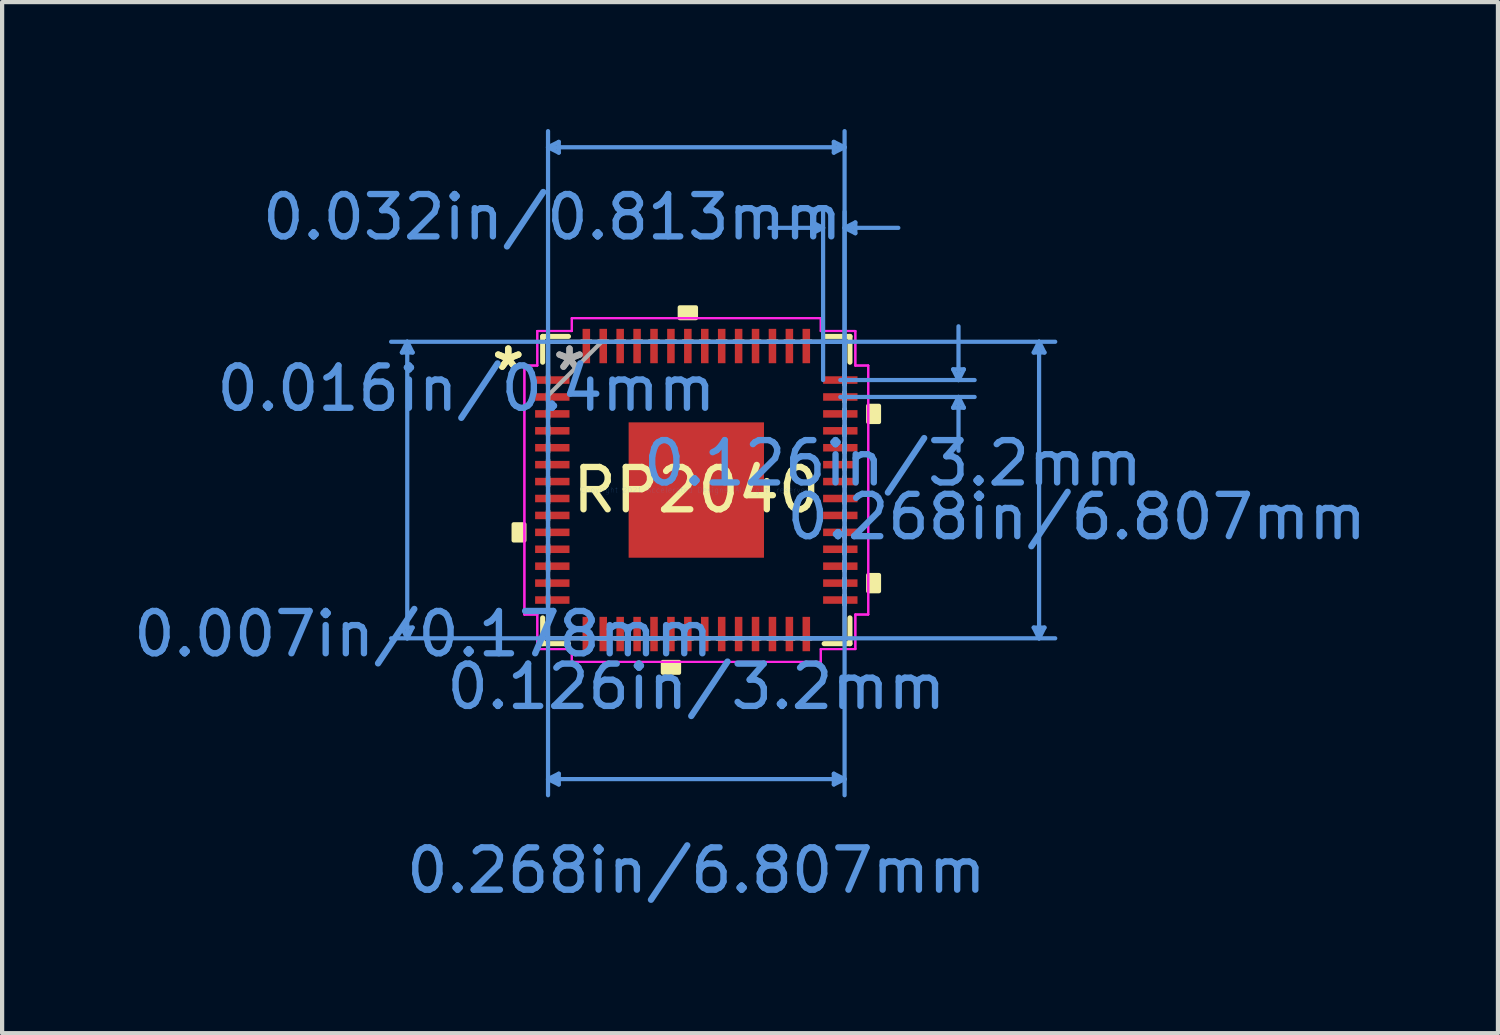
<source format=kicad_pcb>
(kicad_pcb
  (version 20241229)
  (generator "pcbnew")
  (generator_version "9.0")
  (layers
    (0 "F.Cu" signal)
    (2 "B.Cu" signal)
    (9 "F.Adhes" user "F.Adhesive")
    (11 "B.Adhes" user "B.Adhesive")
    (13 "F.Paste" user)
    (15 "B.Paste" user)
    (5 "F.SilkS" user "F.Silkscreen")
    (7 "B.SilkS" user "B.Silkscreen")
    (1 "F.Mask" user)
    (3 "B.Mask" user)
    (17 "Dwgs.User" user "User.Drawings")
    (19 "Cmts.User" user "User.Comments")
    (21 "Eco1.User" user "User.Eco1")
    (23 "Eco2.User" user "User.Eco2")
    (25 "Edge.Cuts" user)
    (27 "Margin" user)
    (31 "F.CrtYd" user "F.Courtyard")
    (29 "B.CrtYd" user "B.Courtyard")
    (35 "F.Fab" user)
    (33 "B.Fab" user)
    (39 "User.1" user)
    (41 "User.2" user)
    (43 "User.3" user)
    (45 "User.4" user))
  (footprint "RP2040"
    (layer "F.Cu")
    (at 13.41 8.534)
    (property "Reference" "RP2040" (at 0 0 0) (layer "F.SilkS") (effects (font (size 1 1) (thickness 0.15))))
    (attr through_hole)
    (fp_line (start -3.632 -3.632) (end -3.632 -3.022) (stroke (width 0.12) (type solid)) (layer "F.SilkS"))
    (fp_line (start -3.632 3.022) (end -3.632 3.632) (stroke (width 0.12) (type solid)) (layer "F.SilkS"))
    (fp_line (start -3.632 3.632) (end -3.022 3.632) (stroke (width 0.12) (type solid)) (layer "F.SilkS"))
    (fp_line (start -3.022 -3.632) (end -3.632 -3.632) (stroke (width 0.12) (type solid)) (layer "F.SilkS"))
    (fp_line (start 3.022 3.632) (end 3.632 3.632) (stroke (width 0.12) (type solid)) (layer "F.SilkS"))
    (fp_line (start 3.632 -3.632) (end 3.022 -3.632) (stroke (width 0.12) (type solid)) (layer "F.SilkS"))
    (fp_line (start 3.632 -3.022) (end 3.632 -3.632) (stroke (width 0.12) (type solid)) (layer "F.SilkS"))
    (fp_line (start 3.632 3.632) (end 3.632 3.022) (stroke (width 0.12) (type solid)) (layer "F.SilkS"))
    (fp_poly (pts (xy -4.318 0.81) (xy -4.318 1.191) (xy -4.064 1.191) (xy -4.064 0.81)) (stroke (width 0.1) (type solid)) (fill yes) (layer "F.SilkS"))
    (fp_poly (pts (xy -0.79 4.064) (xy -0.79 4.318) (xy -0.409 4.318) (xy -0.409 4.064)) (stroke (width 0.1) (type solid)) (fill yes) (layer "F.SilkS"))
    (fp_poly (pts (xy -0.391 -4.064) (xy -0.391 -4.318) (xy -0.009 -4.318) (xy -0.009 -4.064)) (stroke (width 0.1) (type solid)) (fill yes) (layer "F.SilkS"))
    (fp_poly (pts (xy 4.318 -1.99) (xy 4.318 -1.609) (xy 4.064 -1.609) (xy 4.064 -1.99)) (stroke (width 0.1) (type solid)) (fill yes) (layer "F.SilkS"))
    (fp_poly (pts (xy 4.318 2.01) (xy 4.318 2.391) (xy 4.064 2.391) (xy 4.064 2.01)) (stroke (width 0.1) (type solid)) (fill yes) (layer "F.SilkS"))
    (fp_poly (pts (xy -1.5 -1.5) (xy -1.5 -0.1) (xy -0.1 -0.1) (xy -0.1 -1.5)) (stroke (width 0.1) (type solid)) (fill yes) (layer "F.Paste"))
    (fp_poly (pts (xy -1.5 0.1) (xy -1.5 1.5) (xy -0.1 1.5) (xy -0.1 0.1)) (stroke (width 0.1) (type solid)) (fill yes) (layer "F.Paste"))
    (fp_poly (pts (xy 0.1 -1.5) (xy 0.1 -0.1) (xy 1.5 -0.1) (xy 1.5 -1.5)) (stroke (width 0.1) (type solid)) (fill yes) (layer "F.Paste"))
    (fp_poly (pts (xy 0.1 0.1) (xy 0.1 1.5) (xy 1.5 1.5) (xy 1.5 0.1)) (stroke (width 0.1) (type solid)) (fill yes) (layer "F.Paste"))
    (fp_line (start -6.96 -3.251) (end -6.706 -3.251) (stroke (width 0.1) (type solid)) (layer "Cmts.User"))
    (fp_line (start -6.96 3.251) (end -6.706 3.251) (stroke (width 0.1) (type solid)) (layer "Cmts.User"))
    (fp_line (start -6.833 -3.505) (end -6.96 -3.251) (stroke (width 0.1) (type solid)) (layer "Cmts.User"))
    (fp_line (start -6.833 -3.505) (end -6.833 3.505) (stroke (width 0.1) (type solid)) (layer "Cmts.User"))
    (fp_line (start -6.833 -3.505) (end -6.706 -3.251) (stroke (width 0.1) (type solid)) (layer "Cmts.User"))
    (fp_line (start -6.833 3.505) (end -6.96 3.251) (stroke (width 0.1) (type solid)) (layer "Cmts.User"))
    (fp_line (start -6.833 3.505) (end -6.706 3.251) (stroke (width 0.1) (type solid)) (layer "Cmts.User"))
    (fp_line (start -3.505 -8.103) (end -3.251 -8.23) (stroke (width 0.1) (type solid)) (layer "Cmts.User"))
    (fp_line (start -3.505 -8.103) (end -3.251 -7.976) (stroke (width 0.1) (type solid)) (layer "Cmts.User"))
    (fp_line (start -3.505 -8.103) (end 3.505 -8.103) (stroke (width 0.1) (type solid)) (layer "Cmts.User"))
    (fp_line (start -3.505 -3.505) (end -3.505 7.214) (stroke (width 0.1) (type solid)) (layer "Cmts.User"))
    (fp_line (start -3.505 -2.6) (end -3.505 -8.484) (stroke (width 0.1) (type solid)) (layer "Cmts.User"))
    (fp_line (start -3.505 6.833) (end -3.251 6.706) (stroke (width 0.1) (type solid)) (layer "Cmts.User"))
    (fp_line (start -3.505 6.833) (end -3.251 6.96) (stroke (width 0.1) (type solid)) (layer "Cmts.User"))
    (fp_line (start -3.505 6.833) (end 3.505 6.833) (stroke (width 0.1) (type solid)) (layer "Cmts.User"))
    (fp_line (start -3.251 -8.23) (end -3.251 -7.976) (stroke (width 0.1) (type solid)) (layer "Cmts.User"))
    (fp_line (start -3.251 6.706) (end -3.251 6.96) (stroke (width 0.1) (type solid)) (layer "Cmts.User"))
    (fp_line (start 2.6 -3.505) (end 8.484 -3.505) (stroke (width 0.1) (type solid)) (layer "Cmts.User"))
    (fp_line (start 2.6 3.505) (end 8.484 3.505) (stroke (width 0.1) (type solid)) (layer "Cmts.User"))
    (fp_line (start 2.743 -6.325) (end 2.743 -6.071) (stroke (width 0.1) (type solid)) (layer "Cmts.User"))
    (fp_line (start 2.997 -6.198) (end 1.727 -6.198) (stroke (width 0.1) (type solid)) (layer "Cmts.User"))
    (fp_line (start 2.997 -6.198) (end 2.743 -6.325) (stroke (width 0.1) (type solid)) (layer "Cmts.User"))
    (fp_line (start 2.997 -6.198) (end 2.743 -6.071) (stroke (width 0.1) (type solid)) (layer "Cmts.User"))
    (fp_line (start 2.997 -2.6) (end 2.997 -6.579) (stroke (width 0.1) (type solid)) (layer "Cmts.User"))
    (fp_line (start 3.251 -8.23) (end 3.251 -7.976) (stroke (width 0.1) (type solid)) (layer "Cmts.User"))
    (fp_line (start 3.251 6.706) (end 3.251 6.96) (stroke (width 0.1) (type solid)) (layer "Cmts.User"))
    (fp_line (start 3.404 -2.6) (end 6.579 -2.6) (stroke (width 0.1) (type solid)) (layer "Cmts.User"))
    (fp_line (start 3.404 -2.2) (end 6.579 -2.2) (stroke (width 0.1) (type solid)) (layer "Cmts.User"))
    (fp_line (start 3.505 -8.103) (end 3.251 -8.23) (stroke (width 0.1) (type solid)) (layer "Cmts.User"))
    (fp_line (start 3.505 -8.103) (end 3.251 -7.976) (stroke (width 0.1) (type solid)) (layer "Cmts.User"))
    (fp_line (start 3.505 -6.198) (end 3.759 -6.325) (stroke (width 0.1) (type solid)) (layer "Cmts.User"))
    (fp_line (start 3.505 -6.198) (end 3.759 -6.071) (stroke (width 0.1) (type solid)) (layer "Cmts.User"))
    (fp_line (start 3.505 -6.198) (end 4.775 -6.198) (stroke (width 0.1) (type solid)) (layer "Cmts.User"))
    (fp_line (start 3.505 -3.505) (end -7.214 -3.505) (stroke (width 0.1) (type solid)) (layer "Cmts.User"))
    (fp_line (start 3.505 -3.505) (end 3.505 7.214) (stroke (width 0.1) (type solid)) (layer "Cmts.User"))
    (fp_line (start 3.505 -2.6) (end 3.505 -8.484) (stroke (width 0.1) (type solid)) (layer "Cmts.User"))
    (fp_line (start 3.505 -2.6) (end 3.505 -6.579) (stroke (width 0.1) (type solid)) (layer "Cmts.User"))
    (fp_line (start 3.505 3.505) (end -7.214 3.505) (stroke (width 0.1) (type solid)) (layer "Cmts.User"))
    (fp_line (start 3.505 6.833) (end 3.251 6.706) (stroke (width 0.1) (type solid)) (layer "Cmts.User"))
    (fp_line (start 3.505 6.833) (end 3.251 6.96) (stroke (width 0.1) (type solid)) (layer "Cmts.User"))
    (fp_line (start 3.759 -6.325) (end 3.759 -6.071) (stroke (width 0.1) (type solid)) (layer "Cmts.User"))
    (fp_line (start 6.071 -2.854) (end 6.325 -2.854) (stroke (width 0.1) (type solid)) (layer "Cmts.User"))
    (fp_line (start 6.071 -1.946) (end 6.325 -1.946) (stroke (width 0.1) (type solid)) (layer "Cmts.User"))
    (fp_line (start 6.198 -2.6) (end 6.071 -2.854) (stroke (width 0.1) (type solid)) (layer "Cmts.User"))
    (fp_line (start 6.198 -2.6) (end 6.198 -3.87) (stroke (width 0.1) (type solid)) (layer "Cmts.User"))
    (fp_line (start 6.198 -2.6) (end 6.325 -2.854) (stroke (width 0.1) (type solid)) (layer "Cmts.User"))
    (fp_line (start 6.198 -2.2) (end 6.071 -1.946) (stroke (width 0.1) (type solid)) (layer "Cmts.User"))
    (fp_line (start 6.198 -2.2) (end 6.198 -0.93) (stroke (width 0.1) (type solid)) (layer "Cmts.User"))
    (fp_line (start 6.198 -2.2) (end 6.325 -1.946) (stroke (width 0.1) (type solid)) (layer "Cmts.User"))
    (fp_line (start 7.976 -3.251) (end 8.23 -3.251) (stroke (width 0.1) (type solid)) (layer "Cmts.User"))
    (fp_line (start 7.976 3.251) (end 8.23 3.251) (stroke (width 0.1) (type solid)) (layer "Cmts.User"))
    (fp_line (start 8.103 -3.505) (end 7.976 -3.251) (stroke (width 0.1) (type solid)) (layer "Cmts.User"))
    (fp_line (start 8.103 -3.505) (end 8.103 3.505) (stroke (width 0.1) (type solid)) (layer "Cmts.User"))
    (fp_line (start 8.103 -3.505) (end 8.23 -3.251) (stroke (width 0.1) (type solid)) (layer "Cmts.User"))
    (fp_line (start 8.103 3.505) (end 7.976 3.251) (stroke (width 0.1) (type solid)) (layer "Cmts.User"))
    (fp_line (start 8.103 3.505) (end 8.23 3.251) (stroke (width 0.1) (type solid)) (layer "Cmts.User"))
    (fp_line (start -4.064 -2.943) (end -3.759 -2.943) (stroke (width 0.05) (type solid)) (layer "F.CrtYd"))
    (fp_line (start -4.064 -2.943) (end -3.759 -2.943) (stroke (width 0.05) (type solid)) (layer "F.CrtYd"))
    (fp_line (start -4.064 2.943) (end -4.064 -2.943) (stroke (width 0.05) (type solid)) (layer "F.CrtYd"))
    (fp_line (start -4.064 2.943) (end -4.064 -2.943) (stroke (width 0.05) (type solid)) (layer "F.CrtYd"))
    (fp_line (start -3.759 -3.759) (end -2.943 -3.759) (stroke (width 0.05) (type solid)) (layer "F.CrtYd"))
    (fp_line (start -3.759 -3.759) (end -2.943 -3.759) (stroke (width 0.05) (type solid)) (layer "F.CrtYd"))
    (fp_line (start -3.759 -2.943) (end -3.759 -3.759) (stroke (width 0.05) (type solid)) (layer "F.CrtYd"))
    (fp_line (start -3.759 -2.943) (end -3.759 -3.759) (stroke (width 0.05) (type solid)) (layer "F.CrtYd"))
    (fp_line (start -3.759 2.943) (end -4.064 2.943) (stroke (width 0.05) (type solid)) (layer "F.CrtYd"))
    (fp_line (start -3.759 2.943) (end -4.064 2.943) (stroke (width 0.05) (type solid)) (layer "F.CrtYd"))
    (fp_line (start -3.759 3.759) (end -3.759 2.943) (stroke (width 0.05) (type solid)) (layer "F.CrtYd"))
    (fp_line (start -3.759 3.759) (end -3.759 2.943) (stroke (width 0.05) (type solid)) (layer "F.CrtYd"))
    (fp_line (start -2.943 -4.064) (end 2.943 -4.064) (stroke (width 0.05) (type solid)) (layer "F.CrtYd"))
    (fp_line (start -2.943 -4.064) (end 2.943 -4.064) (stroke (width 0.05) (type solid)) (layer "F.CrtYd"))
    (fp_line (start -2.943 -3.759) (end -2.943 -4.064) (stroke (width 0.05) (type solid)) (layer "F.CrtYd"))
    (fp_line (start -2.943 -3.759) (end -2.943 -4.064) (stroke (width 0.05) (type solid)) (layer "F.CrtYd"))
    (fp_line (start -2.943 3.759) (end -3.759 3.759) (stroke (width 0.05) (type solid)) (layer "F.CrtYd"))
    (fp_line (start -2.943 3.759) (end -3.759 3.759) (stroke (width 0.05) (type solid)) (layer "F.CrtYd"))
    (fp_line (start -2.943 4.064) (end -2.943 3.759) (stroke (width 0.05) (type solid)) (layer "F.CrtYd"))
    (fp_line (start -2.943 4.064) (end -2.943 3.759) (stroke (width 0.05) (type solid)) (layer "F.CrtYd"))
    (fp_line (start 2.943 -4.064) (end 2.943 -3.759) (stroke (width 0.05) (type solid)) (layer "F.CrtYd"))
    (fp_line (start 2.943 -4.064) (end 2.943 -3.759) (stroke (width 0.05) (type solid)) (layer "F.CrtYd"))
    (fp_line (start 2.943 -3.759) (end 3.759 -3.759) (stroke (width 0.05) (type solid)) (layer "F.CrtYd"))
    (fp_line (start 2.943 -3.759) (end 3.759 -3.759) (stroke (width 0.05) (type solid)) (layer "F.CrtYd"))
    (fp_line (start 2.943 3.759) (end 2.943 4.064) (stroke (width 0.05) (type solid)) (layer "F.CrtYd"))
    (fp_line (start 2.943 3.759) (end 2.943 4.064) (stroke (width 0.05) (type solid)) (layer "F.CrtYd"))
    (fp_line (start 2.943 4.064) (end -2.943 4.064) (stroke (width 0.05) (type solid)) (layer "F.CrtYd"))
    (fp_line (start 2.943 4.064) (end -2.943 4.064) (stroke (width 0.05) (type solid)) (layer "F.CrtYd"))
    (fp_line (start 3.759 -3.759) (end 3.759 -2.943) (stroke (width 0.05) (type solid)) (layer "F.CrtYd"))
    (fp_line (start 3.759 -3.759) (end 3.759 -2.943) (stroke (width 0.05) (type solid)) (layer "F.CrtYd"))
    (fp_line (start 3.759 -2.943) (end 4.064 -2.943) (stroke (width 0.05) (type solid)) (layer "F.CrtYd"))
    (fp_line (start 3.759 -2.943) (end 4.064 -2.943) (stroke (width 0.05) (type solid)) (layer "F.CrtYd"))
    (fp_line (start 3.759 2.943) (end 3.759 3.759) (stroke (width 0.05) (type solid)) (layer "F.CrtYd"))
    (fp_line (start 3.759 2.943) (end 3.759 3.759) (stroke (width 0.05) (type solid)) (layer "F.CrtYd"))
    (fp_line (start 3.759 3.759) (end 2.943 3.759) (stroke (width 0.05) (type solid)) (layer "F.CrtYd"))
    (fp_line (start 3.759 3.759) (end 2.943 3.759) (stroke (width 0.05) (type solid)) (layer "F.CrtYd"))
    (fp_line (start 4.064 -2.943) (end 4.064 2.943) (stroke (width 0.05) (type solid)) (layer "F.CrtYd"))
    (fp_line (start 4.064 -2.943) (end 4.064 2.943) (stroke (width 0.05) (type solid)) (layer "F.CrtYd"))
    (fp_line (start 4.064 2.943) (end 3.759 2.943) (stroke (width 0.05) (type solid)) (layer "F.CrtYd"))
    (fp_line (start 4.064 2.943) (end 3.759 2.943) (stroke (width 0.05) (type solid)) (layer "F.CrtYd"))
    (fp_line (start -3.505 -3.505) (end -3.505 -3.505) (stroke (width 0.1) (type solid)) (layer "F.Fab"))
    (fp_line (start -3.505 -3.505) (end -3.505 3.505) (stroke (width 0.1) (type solid)) (layer "F.Fab"))
    (fp_line (start -3.505 -2.714) (end -3.505 -2.714) (stroke (width 0.1) (type solid)) (layer "F.Fab"))
    (fp_line (start -3.505 -2.714) (end -3.505 -2.486) (stroke (width 0.1) (type solid)) (layer "F.Fab"))
    (fp_line (start -3.505 -2.486) (end -3.505 -2.714) (stroke (width 0.1) (type solid)) (layer "F.Fab"))
    (fp_line (start -3.505 -2.486) (end -3.505 -2.486) (stroke (width 0.1) (type solid)) (layer "F.Fab"))
    (fp_line (start -3.505 -2.314) (end -3.505 -2.314) (stroke (width 0.1) (type solid)) (layer "F.Fab"))
    (fp_line (start -3.505 -2.314) (end -3.505 -2.086) (stroke (width 0.1) (type solid)) (layer "F.Fab"))
    (fp_line (start -3.505 -2.235) (end -2.235 -3.505) (stroke (width 0.1) (type solid)) (layer "F.Fab"))
    (fp_line (start -3.505 -2.086) (end -3.505 -2.314) (stroke (width 0.1) (type solid)) (layer "F.Fab"))
    (fp_line (start -3.505 -2.086) (end -3.505 -2.086) (stroke (width 0.1) (type solid)) (layer "F.Fab"))
    (fp_line (start -3.505 -1.914) (end -3.505 -1.914) (stroke (width 0.1) (type solid)) (layer "F.Fab"))
    (fp_line (start -3.505 -1.914) (end -3.505 -1.686) (stroke (width 0.1) (type solid)) (layer "F.Fab"))
    (fp_line (start -3.505 -1.686) (end -3.505 -1.914) (stroke (width 0.1) (type solid)) (layer "F.Fab"))
    (fp_line (start -3.505 -1.686) (end -3.505 -1.686) (stroke (width 0.1) (type solid)) (layer "F.Fab"))
    (fp_line (start -3.505 -1.514) (end -3.505 -1.514) (stroke (width 0.1) (type solid)) (layer "F.Fab"))
    (fp_line (start -3.505 -1.514) (end -3.505 -1.286) (stroke (width 0.1) (type solid)) (layer "F.Fab"))
    (fp_line (start -3.505 -1.286) (end -3.505 -1.514) (stroke (width 0.1) (type solid)) (layer "F.Fab"))
    (fp_line (start -3.505 -1.286) (end -3.505 -1.286) (stroke (width 0.1) (type solid)) (layer "F.Fab"))
    (fp_line (start -3.505 -1.114) (end -3.505 -1.114) (stroke (width 0.1) (type solid)) (layer "F.Fab"))
    (fp_line (start -3.505 -1.114) (end -3.505 -0.886) (stroke (width 0.1) (type solid)) (layer "F.Fab"))
    (fp_line (start -3.505 -0.886) (end -3.505 -1.114) (stroke (width 0.1) (type solid)) (layer "F.Fab"))
    (fp_line (start -3.505 -0.886) (end -3.505 -0.886) (stroke (width 0.1) (type solid)) (layer "F.Fab"))
    (fp_line (start -3.505 -0.714) (end -3.505 -0.714) (stroke (width 0.1) (type solid)) (layer "F.Fab"))
    (fp_line (start -3.505 -0.714) (end -3.505 -0.486) (stroke (width 0.1) (type solid)) (layer "F.Fab"))
    (fp_line (start -3.505 -0.486) (end -3.505 -0.714) (stroke (width 0.1) (type solid)) (layer "F.Fab"))
    (fp_line (start -3.505 -0.486) (end -3.505 -0.486) (stroke (width 0.1) (type solid)) (layer "F.Fab"))
    (fp_line (start -3.505 -0.314) (end -3.505 -0.314) (stroke (width 0.1) (type solid)) (layer "F.Fab"))
    (fp_line (start -3.505 -0.314) (end -3.505 -0.086) (stroke (width 0.1) (type solid)) (layer "F.Fab"))
    (fp_line (start -3.505 -0.086) (end -3.505 -0.314) (stroke (width 0.1) (type solid)) (layer "F.Fab"))
    (fp_line (start -3.505 -0.086) (end -3.505 -0.086) (stroke (width 0.1) (type solid)) (layer "F.Fab"))
    (fp_line (start -3.505 0.086) (end -3.505 0.086) (stroke (width 0.1) (type solid)) (layer "F.Fab"))
    (fp_line (start -3.505 0.086) (end -3.505 0.314) (stroke (width 0.1) (type solid)) (layer "F.Fab"))
    (fp_line (start -3.505 0.314) (end -3.505 0.086) (stroke (width 0.1) (type solid)) (layer "F.Fab"))
    (fp_line (start -3.505 0.314) (end -3.505 0.314) (stroke (width 0.1) (type solid)) (layer "F.Fab"))
    (fp_line (start -3.505 0.486) (end -3.505 0.486) (stroke (width 0.1) (type solid)) (layer "F.Fab"))
    (fp_line (start -3.505 0.486) (end -3.505 0.714) (stroke (width 0.1) (type solid)) (layer "F.Fab"))
    (fp_line (start -3.505 0.714) (end -3.505 0.486) (stroke (width 0.1) (type solid)) (layer "F.Fab"))
    (fp_line (start -3.505 0.714) (end -3.505 0.714) (stroke (width 0.1) (type solid)) (layer "F.Fab"))
    (fp_line (start -3.505 0.886) (end -3.505 0.886) (stroke (width 0.1) (type solid)) (layer "F.Fab"))
    (fp_line (start -3.505 0.886) (end -3.505 1.114) (stroke (width 0.1) (type solid)) (layer "F.Fab"))
    (fp_line (start -3.505 1.114) (end -3.505 0.886) (stroke (width 0.1) (type solid)) (layer "F.Fab"))
    (fp_line (start -3.505 1.114) (end -3.505 1.114) (stroke (width 0.1) (type solid)) (layer "F.Fab"))
    (fp_line (start -3.505 1.286) (end -3.505 1.286) (stroke (width 0.1) (type solid)) (layer "F.Fab"))
    (fp_line (start -3.505 1.286) (end -3.505 1.514) (stroke (width 0.1) (type solid)) (layer "F.Fab"))
    (fp_line (start -3.505 1.514) (end -3.505 1.286) (stroke (width 0.1) (type solid)) (layer "F.Fab"))
    (fp_line (start -3.505 1.514) (end -3.505 1.514) (stroke (width 0.1) (type solid)) (layer "F.Fab"))
    (fp_line (start -3.505 1.686) (end -3.505 1.686) (stroke (width 0.1) (type solid)) (layer "F.Fab"))
    (fp_line (start -3.505 1.686) (end -3.505 1.914) (stroke (width 0.1) (type solid)) (layer "F.Fab"))
    (fp_line (start -3.505 1.914) (end -3.505 1.686) (stroke (width 0.1) (type solid)) (layer "F.Fab"))
    (fp_line (start -3.505 1.914) (end -3.505 1.914) (stroke (width 0.1) (type solid)) (layer "F.Fab"))
    (fp_line (start -3.505 2.086) (end -3.505 2.086) (stroke (width 0.1) (type solid)) (layer "F.Fab"))
    (fp_line (start -3.505 2.086) (end -3.505 2.314) (stroke (width 0.1) (type solid)) (layer "F.Fab"))
    (fp_line (start -3.505 2.314) (end -3.505 2.086) (stroke (width 0.1) (type solid)) (layer "F.Fab"))
    (fp_line (start -3.505 2.314) (end -3.505 2.314) (stroke (width 0.1) (type solid)) (layer "F.Fab"))
    (fp_line (start -3.505 2.486) (end -3.505 2.486) (stroke (width 0.1) (type solid)) (layer "F.Fab"))
    (fp_line (start -3.505 2.486) (end -3.505 2.714) (stroke (width 0.1) (type solid)) (layer "F.Fab"))
    (fp_line (start -3.505 2.714) (end -3.505 2.486) (stroke (width 0.1) (type solid)) (layer "F.Fab"))
    (fp_line (start -3.505 2.714) (end -3.505 2.714) (stroke (width 0.1) (type solid)) (layer "F.Fab"))
    (fp_line (start -3.505 3.505) (end -3.505 3.505) (stroke (width 0.1) (type solid)) (layer "F.Fab"))
    (fp_line (start -3.505 3.505) (end 3.505 3.505) (stroke (width 0.1) (type solid)) (layer "F.Fab"))
    (fp_line (start -2.714 -3.505) (end -2.714 -3.505) (stroke (width 0.1) (type solid)) (layer "F.Fab"))
    (fp_line (start -2.714 -3.505) (end -2.486 -3.505) (stroke (width 0.1) (type solid)) (layer "F.Fab"))
    (fp_line (start -2.714 3.505) (end -2.714 3.505) (stroke (width 0.1) (type solid)) (layer "F.Fab"))
    (fp_line (start -2.714 3.505) (end -2.486 3.505) (stroke (width 0.1) (type solid)) (layer "F.Fab"))
    (fp_line (start -2.486 -3.505) (end -2.714 -3.505) (stroke (width 0.1) (type solid)) (layer "F.Fab"))
    (fp_line (start -2.486 -3.505) (end -2.486 -3.505) (stroke (width 0.1) (type solid)) (layer "F.Fab"))
    (fp_line (start -2.486 3.505) (end -2.714 3.505) (stroke (width 0.1) (type solid)) (layer "F.Fab"))
    (fp_line (start -2.486 3.505) (end -2.486 3.505) (stroke (width 0.1) (type solid)) (layer "F.Fab"))
    (fp_line (start -2.314 -3.505) (end -2.314 -3.505) (stroke (width 0.1) (type solid)) (layer "F.Fab"))
    (fp_line (start -2.314 -3.505) (end -2.086 -3.505) (stroke (width 0.1) (type solid)) (layer "F.Fab"))
    (fp_line (start -2.314 3.505) (end -2.314 3.505) (stroke (width 0.1) (type solid)) (layer "F.Fab"))
    (fp_line (start -2.314 3.505) (end -2.086 3.505) (stroke (width 0.1) (type solid)) (layer "F.Fab"))
    (fp_line (start -2.086 -3.505) (end -2.314 -3.505) (stroke (width 0.1) (type solid)) (layer "F.Fab"))
    (fp_line (start -2.086 -3.505) (end -2.086 -3.505) (stroke (width 0.1) (type solid)) (layer "F.Fab"))
    (fp_line (start -2.086 3.505) (end -2.314 3.505) (stroke (width 0.1) (type solid)) (layer "F.Fab"))
    (fp_line (start -2.086 3.505) (end -2.086 3.505) (stroke (width 0.1) (type solid)) (layer "F.Fab"))
    (fp_line (start -1.914 -3.505) (end -1.914 -3.505) (stroke (width 0.1) (type solid)) (layer "F.Fab"))
    (fp_line (start -1.914 -3.505) (end -1.686 -3.505) (stroke (width 0.1) (type solid)) (layer "F.Fab"))
    (fp_line (start -1.914 3.505) (end -1.914 3.505) (stroke (width 0.1) (type solid)) (layer "F.Fab"))
    (fp_line (start -1.914 3.505) (end -1.686 3.505) (stroke (width 0.1) (type solid)) (layer "F.Fab"))
    (fp_line (start -1.686 -3.505) (end -1.914 -3.505) (stroke (width 0.1) (type solid)) (layer "F.Fab"))
    (fp_line (start -1.686 -3.505) (end -1.686 -3.505) (stroke (width 0.1) (type solid)) (layer "F.Fab"))
    (fp_line (start -1.686 3.505) (end -1.914 3.505) (stroke (width 0.1) (type solid)) (layer "F.Fab"))
    (fp_line (start -1.686 3.505) (end -1.686 3.505) (stroke (width 0.1) (type solid)) (layer "F.Fab"))
    (fp_line (start -1.514 -3.505) (end -1.514 -3.505) (stroke (width 0.1) (type solid)) (layer "F.Fab"))
    (fp_line (start -1.514 -3.505) (end -1.286 -3.505) (stroke (width 0.1) (type solid)) (layer "F.Fab"))
    (fp_line (start -1.514 3.505) (end -1.514 3.505) (stroke (width 0.1) (type solid)) (layer "F.Fab"))
    (fp_line (start -1.514 3.505) (end -1.286 3.505) (stroke (width 0.1) (type solid)) (layer "F.Fab"))
    (fp_line (start -1.286 -3.505) (end -1.514 -3.505) (stroke (width 0.1) (type solid)) (layer "F.Fab"))
    (fp_line (start -1.286 -3.505) (end -1.286 -3.505) (stroke (width 0.1) (type solid)) (layer "F.Fab"))
    (fp_line (start -1.286 3.505) (end -1.514 3.505) (stroke (width 0.1) (type solid)) (layer "F.Fab"))
    (fp_line (start -1.286 3.505) (end -1.286 3.505) (stroke (width 0.1) (type solid)) (layer "F.Fab"))
    (fp_line (start -1.114 -3.505) (end -1.114 -3.505) (stroke (width 0.1) (type solid)) (layer "F.Fab"))
    (fp_line (start -1.114 -3.505) (end -0.886 -3.505) (stroke (width 0.1) (type solid)) (layer "F.Fab"))
    (fp_line (start -1.114 3.505) (end -1.114 3.505) (stroke (width 0.1) (type solid)) (layer "F.Fab"))
    (fp_line (start -1.114 3.505) (end -0.886 3.505) (stroke (width 0.1) (type solid)) (layer "F.Fab"))
    (fp_line (start -0.886 -3.505) (end -1.114 -3.505) (stroke (width 0.1) (type solid)) (layer "F.Fab"))
    (fp_line (start -0.886 -3.505) (end -0.886 -3.505) (stroke (width 0.1) (type solid)) (layer "F.Fab"))
    (fp_line (start -0.886 3.505) (end -1.114 3.505) (stroke (width 0.1) (type solid)) (layer "F.Fab"))
    (fp_line (start -0.886 3.505) (end -0.886 3.505) (stroke (width 0.1) (type solid)) (layer "F.Fab"))
    (fp_line (start -0.714 -3.505) (end -0.714 -3.505) (stroke (width 0.1) (type solid)) (layer "F.Fab"))
    (fp_line (start -0.714 -3.505) (end -0.486 -3.505) (stroke (width 0.1) (type solid)) (layer "F.Fab"))
    (fp_line (start -0.714 3.505) (end -0.714 3.505) (stroke (width 0.1) (type solid)) (layer "F.Fab"))
    (fp_line (start -0.714 3.505) (end -0.486 3.505) (stroke (width 0.1) (type solid)) (layer "F.Fab"))
    (fp_line (start -0.486 -3.505) (end -0.714 -3.505) (stroke (width 0.1) (type solid)) (layer "F.Fab"))
    (fp_line (start -0.486 -3.505) (end -0.486 -3.505) (stroke (width 0.1) (type solid)) (layer "F.Fab"))
    (fp_line (start -0.486 3.505) (end -0.714 3.505) (stroke (width 0.1) (type solid)) (layer "F.Fab"))
    (fp_line (start -0.486 3.505) (end -0.486 3.505) (stroke (width 0.1) (type solid)) (layer "F.Fab"))
    (fp_line (start -0.314 -3.505) (end -0.314 -3.505) (stroke (width 0.1) (type solid)) (layer "F.Fab"))
    (fp_line (start -0.314 -3.505) (end -0.086 -3.505) (stroke (width 0.1) (type solid)) (layer "F.Fab"))
    (fp_line (start -0.314 3.505) (end -0.314 3.505) (stroke (width 0.1) (type solid)) (layer "F.Fab"))
    (fp_line (start -0.314 3.505) (end -0.086 3.505) (stroke (width 0.1) (type solid)) (layer "F.Fab"))
    (fp_line (start -0.086 -3.505) (end -0.314 -3.505) (stroke (width 0.1) (type solid)) (layer "F.Fab"))
    (fp_line (start -0.086 -3.505) (end -0.086 -3.505) (stroke (width 0.1) (type solid)) (layer "F.Fab"))
    (fp_line (start -0.086 3.505) (end -0.314 3.505) (stroke (width 0.1) (type solid)) (layer "F.Fab"))
    (fp_line (start -0.086 3.505) (end -0.086 3.505) (stroke (width 0.1) (type solid)) (layer "F.Fab"))
    (fp_line (start 0.086 -3.505) (end 0.086 -3.505) (stroke (width 0.1) (type solid)) (layer "F.Fab"))
    (fp_line (start 0.086 -3.505) (end 0.314 -3.505) (stroke (width 0.1) (type solid)) (layer "F.Fab"))
    (fp_line (start 0.086 3.505) (end 0.086 3.505) (stroke (width 0.1) (type solid)) (layer "F.Fab"))
    (fp_line (start 0.086 3.505) (end 0.314 3.505) (stroke (width 0.1) (type solid)) (layer "F.Fab"))
    (fp_line (start 0.314 -3.505) (end 0.086 -3.505) (stroke (width 0.1) (type solid)) (layer "F.Fab"))
    (fp_line (start 0.314 -3.505) (end 0.314 -3.505) (stroke (width 0.1) (type solid)) (layer "F.Fab"))
    (fp_line (start 0.314 3.505) (end 0.086 3.505) (stroke (width 0.1) (type solid)) (layer "F.Fab"))
    (fp_line (start 0.314 3.505) (end 0.314 3.505) (stroke (width 0.1) (type solid)) (layer "F.Fab"))
    (fp_line (start 0.486 -3.505) (end 0.486 -3.505) (stroke (width 0.1) (type solid)) (layer "F.Fab"))
    (fp_line (start 0.486 -3.505) (end 0.714 -3.505) (stroke (width 0.1) (type solid)) (layer "F.Fab"))
    (fp_line (start 0.486 3.505) (end 0.486 3.505) (stroke (width 0.1) (type solid)) (layer "F.Fab"))
    (fp_line (start 0.486 3.505) (end 0.714 3.505) (stroke (width 0.1) (type solid)) (layer "F.Fab"))
    (fp_line (start 0.714 -3.505) (end 0.486 -3.505) (stroke (width 0.1) (type solid)) (layer "F.Fab"))
    (fp_line (start 0.714 -3.505) (end 0.714 -3.505) (stroke (width 0.1) (type solid)) (layer "F.Fab"))
    (fp_line (start 0.714 3.505) (end 0.486 3.505) (stroke (width 0.1) (type solid)) (layer "F.Fab"))
    (fp_line (start 0.714 3.505) (end 0.714 3.505) (stroke (width 0.1) (type solid)) (layer "F.Fab"))
    (fp_line (start 0.886 -3.505) (end 0.886 -3.505) (stroke (width 0.1) (type solid)) (layer "F.Fab"))
    (fp_line (start 0.886 -3.505) (end 1.114 -3.505) (stroke (width 0.1) (type solid)) (layer "F.Fab"))
    (fp_line (start 0.886 3.505) (end 0.886 3.505) (stroke (width 0.1) (type solid)) (layer "F.Fab"))
    (fp_line (start 0.886 3.505) (end 1.114 3.505) (stroke (width 0.1) (type solid)) (layer "F.Fab"))
    (fp_line (start 1.114 -3.505) (end 0.886 -3.505) (stroke (width 0.1) (type solid)) (layer "F.Fab"))
    (fp_line (start 1.114 -3.505) (end 1.114 -3.505) (stroke (width 0.1) (type solid)) (layer "F.Fab"))
    (fp_line (start 1.114 3.505) (end 0.886 3.505) (stroke (width 0.1) (type solid)) (layer "F.Fab"))
    (fp_line (start 1.114 3.505) (end 1.114 3.505) (stroke (width 0.1) (type solid)) (layer "F.Fab"))
    (fp_line (start 1.286 -3.505) (end 1.286 -3.505) (stroke (width 0.1) (type solid)) (layer "F.Fab"))
    (fp_line (start 1.286 -3.505) (end 1.514 -3.505) (stroke (width 0.1) (type solid)) (layer "F.Fab"))
    (fp_line (start 1.286 3.505) (end 1.286 3.505) (stroke (width 0.1) (type solid)) (layer "F.Fab"))
    (fp_line (start 1.286 3.505) (end 1.514 3.505) (stroke (width 0.1) (type solid)) (layer "F.Fab"))
    (fp_line (start 1.514 -3.505) (end 1.286 -3.505) (stroke (width 0.1) (type solid)) (layer "F.Fab"))
    (fp_line (start 1.514 -3.505) (end 1.514 -3.505) (stroke (width 0.1) (type solid)) (layer "F.Fab"))
    (fp_line (start 1.514 3.505) (end 1.286 3.505) (stroke (width 0.1) (type solid)) (layer "F.Fab"))
    (fp_line (start 1.514 3.505) (end 1.514 3.505) (stroke (width 0.1) (type solid)) (layer "F.Fab"))
    (fp_line (start 1.686 -3.505) (end 1.686 -3.505) (stroke (width 0.1) (type solid)) (layer "F.Fab"))
    (fp_line (start 1.686 -3.505) (end 1.914 -3.505) (stroke (width 0.1) (type solid)) (layer "F.Fab"))
    (fp_line (start 1.686 3.505) (end 1.686 3.505) (stroke (width 0.1) (type solid)) (layer "F.Fab"))
    (fp_line (start 1.686 3.505) (end 1.914 3.505) (stroke (width 0.1) (type solid)) (layer "F.Fab"))
    (fp_line (start 1.914 -3.505) (end 1.686 -3.505) (stroke (width 0.1) (type solid)) (layer "F.Fab"))
    (fp_line (start 1.914 -3.505) (end 1.914 -3.505) (stroke (width 0.1) (type solid)) (layer "F.Fab"))
    (fp_line (start 1.914 3.505) (end 1.686 3.505) (stroke (width 0.1) (type solid)) (layer "F.Fab"))
    (fp_line (start 1.914 3.505) (end 1.914 3.505) (stroke (width 0.1) (type solid)) (layer "F.Fab"))
    (fp_line (start 2.086 -3.505) (end 2.086 -3.505) (stroke (width 0.1) (type solid)) (layer "F.Fab"))
    (fp_line (start 2.086 -3.505) (end 2.314 -3.505) (stroke (width 0.1) (type solid)) (layer "F.Fab"))
    (fp_line (start 2.086 3.505) (end 2.086 3.505) (stroke (width 0.1) (type solid)) (layer "F.Fab"))
    (fp_line (start 2.086 3.505) (end 2.314 3.505) (stroke (width 0.1) (type solid)) (layer "F.Fab"))
    (fp_line (start 2.314 -3.505) (end 2.086 -3.505) (stroke (width 0.1) (type solid)) (layer "F.Fab"))
    (fp_line (start 2.314 -3.505) (end 2.314 -3.505) (stroke (width 0.1) (type solid)) (layer "F.Fab"))
    (fp_line (start 2.314 3.505) (end 2.086 3.505) (stroke (width 0.1) (type solid)) (layer "F.Fab"))
    (fp_line (start 2.314 3.505) (end 2.314 3.505) (stroke (width 0.1) (type solid)) (layer "F.Fab"))
    (fp_line (start 2.486 -3.505) (end 2.486 -3.505) (stroke (width 0.1) (type solid)) (layer "F.Fab"))
    (fp_line (start 2.486 -3.505) (end 2.714 -3.505) (stroke (width 0.1) (type solid)) (layer "F.Fab"))
    (fp_line (start 2.486 3.505) (end 2.486 3.505) (stroke (width 0.1) (type solid)) (layer "F.Fab"))
    (fp_line (start 2.486 3.505) (end 2.714 3.505) (stroke (width 0.1) (type solid)) (layer "F.Fab"))
    (fp_line (start 2.714 -3.505) (end 2.486 -3.505) (stroke (width 0.1) (type solid)) (layer "F.Fab"))
    (fp_line (start 2.714 -3.505) (end 2.714 -3.505) (stroke (width 0.1) (type solid)) (layer "F.Fab"))
    (fp_line (start 2.714 3.505) (end 2.486 3.505) (stroke (width 0.1) (type solid)) (layer "F.Fab"))
    (fp_line (start 2.714 3.505) (end 2.714 3.505) (stroke (width 0.1) (type solid)) (layer "F.Fab"))
    (fp_line (start 3.505 -3.505) (end -3.505 -3.505) (stroke (width 0.1) (type solid)) (layer "F.Fab"))
    (fp_line (start 3.505 -3.505) (end 3.505 -3.505) (stroke (width 0.1) (type solid)) (layer "F.Fab"))
    (fp_line (start 3.505 -2.714) (end 3.505 -2.714) (stroke (width 0.1) (type solid)) (layer "F.Fab"))
    (fp_line (start 3.505 -2.714) (end 3.505 -2.486) (stroke (width 0.1) (type solid)) (layer "F.Fab"))
    (fp_line (start 3.505 -2.486) (end 3.505 -2.714) (stroke (width 0.1) (type solid)) (layer "F.Fab"))
    (fp_line (start 3.505 -2.486) (end 3.505 -2.486) (stroke (width 0.1) (type solid)) (layer "F.Fab"))
    (fp_line (start 3.505 -2.314) (end 3.505 -2.314) (stroke (width 0.1) (type solid)) (layer "F.Fab"))
    (fp_line (start 3.505 -2.314) (end 3.505 -2.086) (stroke (width 0.1) (type solid)) (layer "F.Fab"))
    (fp_line (start 3.505 -2.086) (end 3.505 -2.314) (stroke (width 0.1) (type solid)) (layer "F.Fab"))
    (fp_line (start 3.505 -2.086) (end 3.505 -2.086) (stroke (width 0.1) (type solid)) (layer "F.Fab"))
    (fp_line (start 3.505 -1.914) (end 3.505 -1.914) (stroke (width 0.1) (type solid)) (layer "F.Fab"))
    (fp_line (start 3.505 -1.914) (end 3.505 -1.686) (stroke (width 0.1) (type solid)) (layer "F.Fab"))
    (fp_line (start 3.505 -1.686) (end 3.505 -1.914) (stroke (width 0.1) (type solid)) (layer "F.Fab"))
    (fp_line (start 3.505 -1.686) (end 3.505 -1.686) (stroke (width 0.1) (type solid)) (layer "F.Fab"))
    (fp_line (start 3.505 -1.514) (end 3.505 -1.514) (stroke (width 0.1) (type solid)) (layer "F.Fab"))
    (fp_line (start 3.505 -1.514) (end 3.505 -1.286) (stroke (width 0.1) (type solid)) (layer "F.Fab"))
    (fp_line (start 3.505 -1.286) (end 3.505 -1.514) (stroke (width 0.1) (type solid)) (layer "F.Fab"))
    (fp_line (start 3.505 -1.286) (end 3.505 -1.286) (stroke (width 0.1) (type solid)) (layer "F.Fab"))
    (fp_line (start 3.505 -1.114) (end 3.505 -1.114) (stroke (width 0.1) (type solid)) (layer "F.Fab"))
    (fp_line (start 3.505 -1.114) (end 3.505 -0.886) (stroke (width 0.1) (type solid)) (layer "F.Fab"))
    (fp_line (start 3.505 -0.886) (end 3.505 -1.114) (stroke (width 0.1) (type solid)) (layer "F.Fab"))
    (fp_line (start 3.505 -0.886) (end 3.505 -0.886) (stroke (width 0.1) (type solid)) (layer "F.Fab"))
    (fp_line (start 3.505 -0.714) (end 3.505 -0.714) (stroke (width 0.1) (type solid)) (layer "F.Fab"))
    (fp_line (start 3.505 -0.714) (end 3.505 -0.486) (stroke (width 0.1) (type solid)) (layer "F.Fab"))
    (fp_line (start 3.505 -0.486) (end 3.505 -0.714) (stroke (width 0.1) (type solid)) (layer "F.Fab"))
    (fp_line (start 3.505 -0.486) (end 3.505 -0.486) (stroke (width 0.1) (type solid)) (layer "F.Fab"))
    (fp_line (start 3.505 -0.314) (end 3.505 -0.314) (stroke (width 0.1) (type solid)) (layer "F.Fab"))
    (fp_line (start 3.505 -0.314) (end 3.505 -0.086) (stroke (width 0.1) (type solid)) (layer "F.Fab"))
    (fp_line (start 3.505 -0.086) (end 3.505 -0.314) (stroke (width 0.1) (type solid)) (layer "F.Fab"))
    (fp_line (start 3.505 -0.086) (end 3.505 -0.086) (stroke (width 0.1) (type solid)) (layer "F.Fab"))
    (fp_line (start 3.505 0.086) (end 3.505 0.086) (stroke (width 0.1) (type solid)) (layer "F.Fab"))
    (fp_line (start 3.505 0.086) (end 3.505 0.314) (stroke (width 0.1) (type solid)) (layer "F.Fab"))
    (fp_line (start 3.505 0.314) (end 3.505 0.086) (stroke (width 0.1) (type solid)) (layer "F.Fab"))
    (fp_line (start 3.505 0.314) (end 3.505 0.314) (stroke (width 0.1) (type solid)) (layer "F.Fab"))
    (fp_line (start 3.505 0.486) (end 3.505 0.486) (stroke (width 0.1) (type solid)) (layer "F.Fab"))
    (fp_line (start 3.505 0.486) (end 3.505 0.714) (stroke (width 0.1) (type solid)) (layer "F.Fab"))
    (fp_line (start 3.505 0.714) (end 3.505 0.486) (stroke (width 0.1) (type solid)) (layer "F.Fab"))
    (fp_line (start 3.505 0.714) (end 3.505 0.714) (stroke (width 0.1) (type solid)) (layer "F.Fab"))
    (fp_line (start 3.505 0.886) (end 3.505 0.886) (stroke (width 0.1) (type solid)) (layer "F.Fab"))
    (fp_line (start 3.505 0.886) (end 3.505 1.114) (stroke (width 0.1) (type solid)) (layer "F.Fab"))
    (fp_line (start 3.505 1.114) (end 3.505 0.886) (stroke (width 0.1) (type solid)) (layer "F.Fab"))
    (fp_line (start 3.505 1.114) (end 3.505 1.114) (stroke (width 0.1) (type solid)) (layer "F.Fab"))
    (fp_line (start 3.505 1.286) (end 3.505 1.286) (stroke (width 0.1) (type solid)) (layer "F.Fab"))
    (fp_line (start 3.505 1.286) (end 3.505 1.514) (stroke (width 0.1) (type solid)) (layer "F.Fab"))
    (fp_line (start 3.505 1.514) (end 3.505 1.286) (stroke (width 0.1) (type solid)) (layer "F.Fab"))
    (fp_line (start 3.505 1.514) (end 3.505 1.514) (stroke (width 0.1) (type solid)) (layer "F.Fab"))
    (fp_line (start 3.505 1.686) (end 3.505 1.686) (stroke (width 0.1) (type solid)) (layer "F.Fab"))
    (fp_line (start 3.505 1.686) (end 3.505 1.914) (stroke (width 0.1) (type solid)) (layer "F.Fab"))
    (fp_line (start 3.505 1.914) (end 3.505 1.686) (stroke (width 0.1) (type solid)) (layer "F.Fab"))
    (fp_line (start 3.505 1.914) (end 3.505 1.914) (stroke (width 0.1) (type solid)) (layer "F.Fab"))
    (fp_line (start 3.505 2.086) (end 3.505 2.086) (stroke (width 0.1) (type solid)) (layer "F.Fab"))
    (fp_line (start 3.505 2.086) (end 3.505 2.314) (stroke (width 0.1) (type solid)) (layer "F.Fab"))
    (fp_line (start 3.505 2.314) (end 3.505 2.086) (stroke (width 0.1) (type solid)) (layer "F.Fab"))
    (fp_line (start 3.505 2.314) (end 3.505 2.314) (stroke (width 0.1) (type solid)) (layer "F.Fab"))
    (fp_line (start 3.505 2.486) (end 3.505 2.486) (stroke (width 0.1) (type solid)) (layer "F.Fab"))
    (fp_line (start 3.505 2.486) (end 3.505 2.714) (stroke (width 0.1) (type solid)) (layer "F.Fab"))
    (fp_line (start 3.505 2.714) (end 3.505 2.486) (stroke (width 0.1) (type solid)) (layer "F.Fab"))
    (fp_line (start 3.505 2.714) (end 3.505 2.714) (stroke (width 0.1) (type solid)) (layer "F.Fab"))
    (fp_line (start 3.505 3.505) (end 3.505 -3.505) (stroke (width 0.1) (type solid)) (layer "F.Fab"))
    (fp_line (start 3.505 3.505) (end 3.505 3.505) (stroke (width 0.1) (type solid)) (layer "F.Fab"))
    (fp_text user "*" (at -4.445 -2.8 0) (layer "F.SilkS") (effects (font (size 1 1) (thickness 0.15))))
    (fp_text user "*" (at -4.445 -2.8 0) (layer "F.SilkS") (effects (font (size 1 1) (thickness 0.15))))
    (fp_text user "0.032in/0.813mm" (at -3.404 -6.452 0) (layer "Cmts.User") (effects (font (size 1 1) (thickness 0.15))))
    (fp_text user "0.126in/3.2mm" (at 0 4.648 0) (layer "Cmts.User") (effects (font (size 1 1) (thickness 0.15))))
    (fp_text user "Copyright 2021 Accelerated Designs. All rights reserved." (at 0 0 0) (layer "Cmts.User") (effects (font (size 0.127 0.127) (thickness 0.002))))
    (fp_text user "0.007in/0.178mm" (at -6.452 3.404 0) (layer "Cmts.User") (effects (font (size 1 1) (thickness 0.15))))
    (fp_text user "0.016in/0.4mm" (at -5.436 -2.4 0) (layer "Cmts.User") (effects (font (size 1 1) (thickness 0.15))))
    (fp_text user "0.126in/3.2mm" (at 4.648 -0.635 0) (layer "Cmts.User") (effects (font (size 1 1) (thickness 0.15))))
    (fp_text user "0.268in/6.807mm" (at 8.992 0.635 0) (layer "Cmts.User") (effects (font (size 1 1) (thickness 0.15))))
    (fp_text user "0.268in/6.807mm" (at 0 8.992 0) (layer "Cmts.User") (effects (font (size 1 1) (thickness 0.15))))
    (fp_text user "*" (at -2.997 -2.8 0) (layer "F.Fab") (effects (font (size 1 1) (thickness 0.15))))
    (fp_text user "*" (at -2.997 -2.8 0) (layer "F.Fab") (effects (font (size 1 1) (thickness 0.15))))
    (pad "1" smd rect (at -3.404 -2.6 90) (size 0.178 0.813) (layers "F.Cu" "F.Mask" "F.Paste"))
    (pad "2" smd rect (at -3.404 -2.2 90) (size 0.178 0.813) (layers "F.Cu" "F.Mask" "F.Paste"))
    (pad "3" smd rect (at -3.404 -1.8 90) (size 0.178 0.813) (layers "F.Cu" "F.Mask" "F.Paste"))
    (pad "4" smd rect (at -3.404 -1.4 90) (size 0.178 0.813) (layers "F.Cu" "F.Mask" "F.Paste"))
    (pad "5" smd rect (at -3.404 -1 90) (size 0.178 0.813) (layers "F.Cu" "F.Mask" "F.Paste"))
    (pad "6" smd rect (at -3.404 -0.6 90) (size 0.178 0.813) (layers "F.Cu" "F.Mask" "F.Paste"))
    (pad "7" smd rect (at -3.404 -0.2 90) (size 0.178 0.813) (layers "F.Cu" "F.Mask" "F.Paste"))
    (pad "8" smd rect (at -3.404 0.2 90) (size 0.178 0.813) (layers "F.Cu" "F.Mask" "F.Paste"))
    (pad "9" smd rect (at -3.404 0.6 90) (size 0.178 0.813) (layers "F.Cu" "F.Mask" "F.Paste"))
    (pad "10" smd rect (at -3.404 1 90) (size 0.178 0.813) (layers "F.Cu" "F.Mask" "F.Paste"))
    (pad "11" smd rect (at -3.404 1.4 90) (size 0.178 0.813) (layers "F.Cu" "F.Mask" "F.Paste"))
    (pad "12" smd rect (at -3.404 1.8 90) (size 0.178 0.813) (layers "F.Cu" "F.Mask" "F.Paste"))
    (pad "13" smd rect (at -3.404 2.2 90) (size 0.178 0.813) (layers "F.Cu" "F.Mask" "F.Paste"))
    (pad "14" smd rect (at -3.404 2.6 90) (size 0.178 0.813) (layers "F.Cu" "F.Mask" "F.Paste"))
    (pad "15" smd rect (at -2.6 3.404) (size 0.178 0.813) (layers "F.Cu" "F.Mask" "F.Paste"))
    (pad "16" smd rect (at -2.2 3.404) (size 0.178 0.813) (layers "F.Cu" "F.Mask" "F.Paste"))
    (pad "17" smd rect (at -1.8 3.404) (size 0.178 0.813) (layers "F.Cu" "F.Mask" "F.Paste"))
    (pad "18" smd rect (at -1.4 3.404) (size 0.178 0.813) (layers "F.Cu" "F.Mask" "F.Paste"))
    (pad "19" smd rect (at -1 3.404) (size 0.178 0.813) (layers "F.Cu" "F.Mask" "F.Paste"))
    (pad "20" smd rect (at -0.6 3.404) (size 0.178 0.813) (layers "F.Cu" "F.Mask" "F.Paste"))
    (pad "21" smd rect (at -0.2 3.404) (size 0.178 0.813) (layers "F.Cu" "F.Mask" "F.Paste"))
    (pad "22" smd rect (at 0.2 3.404) (size 0.178 0.813) (layers "F.Cu" "F.Mask" "F.Paste"))
    (pad "23" smd rect (at 0.6 3.404) (size 0.178 0.813) (layers "F.Cu" "F.Mask" "F.Paste"))
    (pad "24" smd rect (at 1 3.404) (size 0.178 0.813) (layers "F.Cu" "F.Mask" "F.Paste"))
    (pad "25" smd rect (at 1.4 3.404) (size 0.178 0.813) (layers "F.Cu" "F.Mask" "F.Paste"))
    (pad "26" smd rect (at 1.8 3.404) (size 0.178 0.813) (layers "F.Cu" "F.Mask" "F.Paste"))
    (pad "27" smd rect (at 2.2 3.404) (size 0.178 0.813) (layers "F.Cu" "F.Mask" "F.Paste"))
    (pad "28" smd rect (at 2.6 3.404) (size 0.178 0.813) (layers "F.Cu" "F.Mask" "F.Paste"))
    (pad "29" smd rect (at 3.404 2.6 90) (size 0.178 0.813) (layers "F.Cu" "F.Mask" "F.Paste"))
    (pad "30" smd rect (at 3.404 2.2 90) (size 0.178 0.813) (layers "F.Cu" "F.Mask" "F.Paste"))
    (pad "31" smd rect (at 3.404 1.8 90) (size 0.178 0.813) (layers "F.Cu" "F.Mask" "F.Paste"))
    (pad "32" smd rect (at 3.404 1.4 90) (size 0.178 0.813) (layers "F.Cu" "F.Mask" "F.Paste"))
    (pad "33" smd rect (at 3.404 1 90) (size 0.178 0.813) (layers "F.Cu" "F.Mask" "F.Paste"))
    (pad "34" smd rect (at 3.404 0.6 90) (size 0.178 0.813) (layers "F.Cu" "F.Mask" "F.Paste"))
    (pad "35" smd rect (at 3.404 0.2 90) (size 0.178 0.813) (layers "F.Cu" "F.Mask" "F.Paste"))
    (pad "36" smd rect (at 3.404 -0.2 90) (size 0.178 0.813) (layers "F.Cu" "F.Mask" "F.Paste"))
    (pad "37" smd rect (at 3.404 -0.6 90) (size 0.178 0.813) (layers "F.Cu" "F.Mask" "F.Paste"))
    (pad "38" smd rect (at 3.404 -1 90) (size 0.178 0.813) (layers "F.Cu" "F.Mask" "F.Paste"))
    (pad "39" smd rect (at 3.404 -1.4 90) (size 0.178 0.813) (layers "F.Cu" "F.Mask" "F.Paste"))
    (pad "40" smd rect (at 3.404 -1.8 90) (size 0.178 0.813) (layers "F.Cu" "F.Mask" "F.Paste"))
    (pad "41" smd rect (at 3.404 -2.2 90) (size 0.178 0.813) (layers "F.Cu" "F.Mask" "F.Paste"))
    (pad "42" smd rect (at 3.404 -2.6 90) (size 0.178 0.813) (layers "F.Cu" "F.Mask" "F.Paste"))
    (pad "43" smd rect (at 2.6 -3.404) (size 0.178 0.813) (layers "F.Cu" "F.Mask" "F.Paste"))
    (pad "44" smd rect (at 2.2 -3.404) (size 0.178 0.813) (layers "F.Cu" "F.Mask" "F.Paste"))
    (pad "45" smd rect (at 1.8 -3.404) (size 0.178 0.813) (layers "F.Cu" "F.Mask" "F.Paste"))
    (pad "46" smd rect (at 1.4 -3.404) (size 0.178 0.813) (layers "F.Cu" "F.Mask" "F.Paste"))
    (pad "47" smd rect (at 1 -3.404) (size 0.178 0.813) (layers "F.Cu" "F.Mask" "F.Paste"))
    (pad "48" smd rect (at 0.6 -3.404) (size 0.178 0.813) (layers "F.Cu" "F.Mask" "F.Paste"))
    (pad "49" smd rect (at 0.2 -3.404) (size 0.178 0.813) (layers "F.Cu" "F.Mask" "F.Paste"))
    (pad "50" smd rect (at -0.2 -3.404) (size 0.178 0.813) (layers "F.Cu" "F.Mask" "F.Paste"))
    (pad "51" smd rect (at -0.6 -3.404) (size 0.178 0.813) (layers "F.Cu" "F.Mask" "F.Paste"))
    (pad "52" smd rect (at -1 -3.404) (size 0.178 0.813) (layers "F.Cu" "F.Mask" "F.Paste"))
    (pad "53" smd rect (at -1.4 -3.404) (size 0.178 0.813) (layers "F.Cu" "F.Mask" "F.Paste"))
    (pad "54" smd rect (at -1.8 -3.404) (size 0.178 0.813) (layers "F.Cu" "F.Mask" "F.Paste"))
    (pad "55" smd rect (at -2.2 -3.404) (size 0.178 0.813) (layers "F.Cu" "F.Mask" "F.Paste"))
    (pad "56" smd rect (at -2.6 -3.404) (size 0.178 0.813) (layers "F.Cu" "F.Mask" "F.Paste"))
    (pad "57" smd rect (at 0 0) (size 3.2 3.2) (layers "F.Cu" "F.Mask")))
  (gr_rect
    (start -3 -3)
    (end 32.36 21.373)
    (stroke (width 0.1) (type default))
    (fill no)
    (layer "Edge.Cuts")))
</source>
